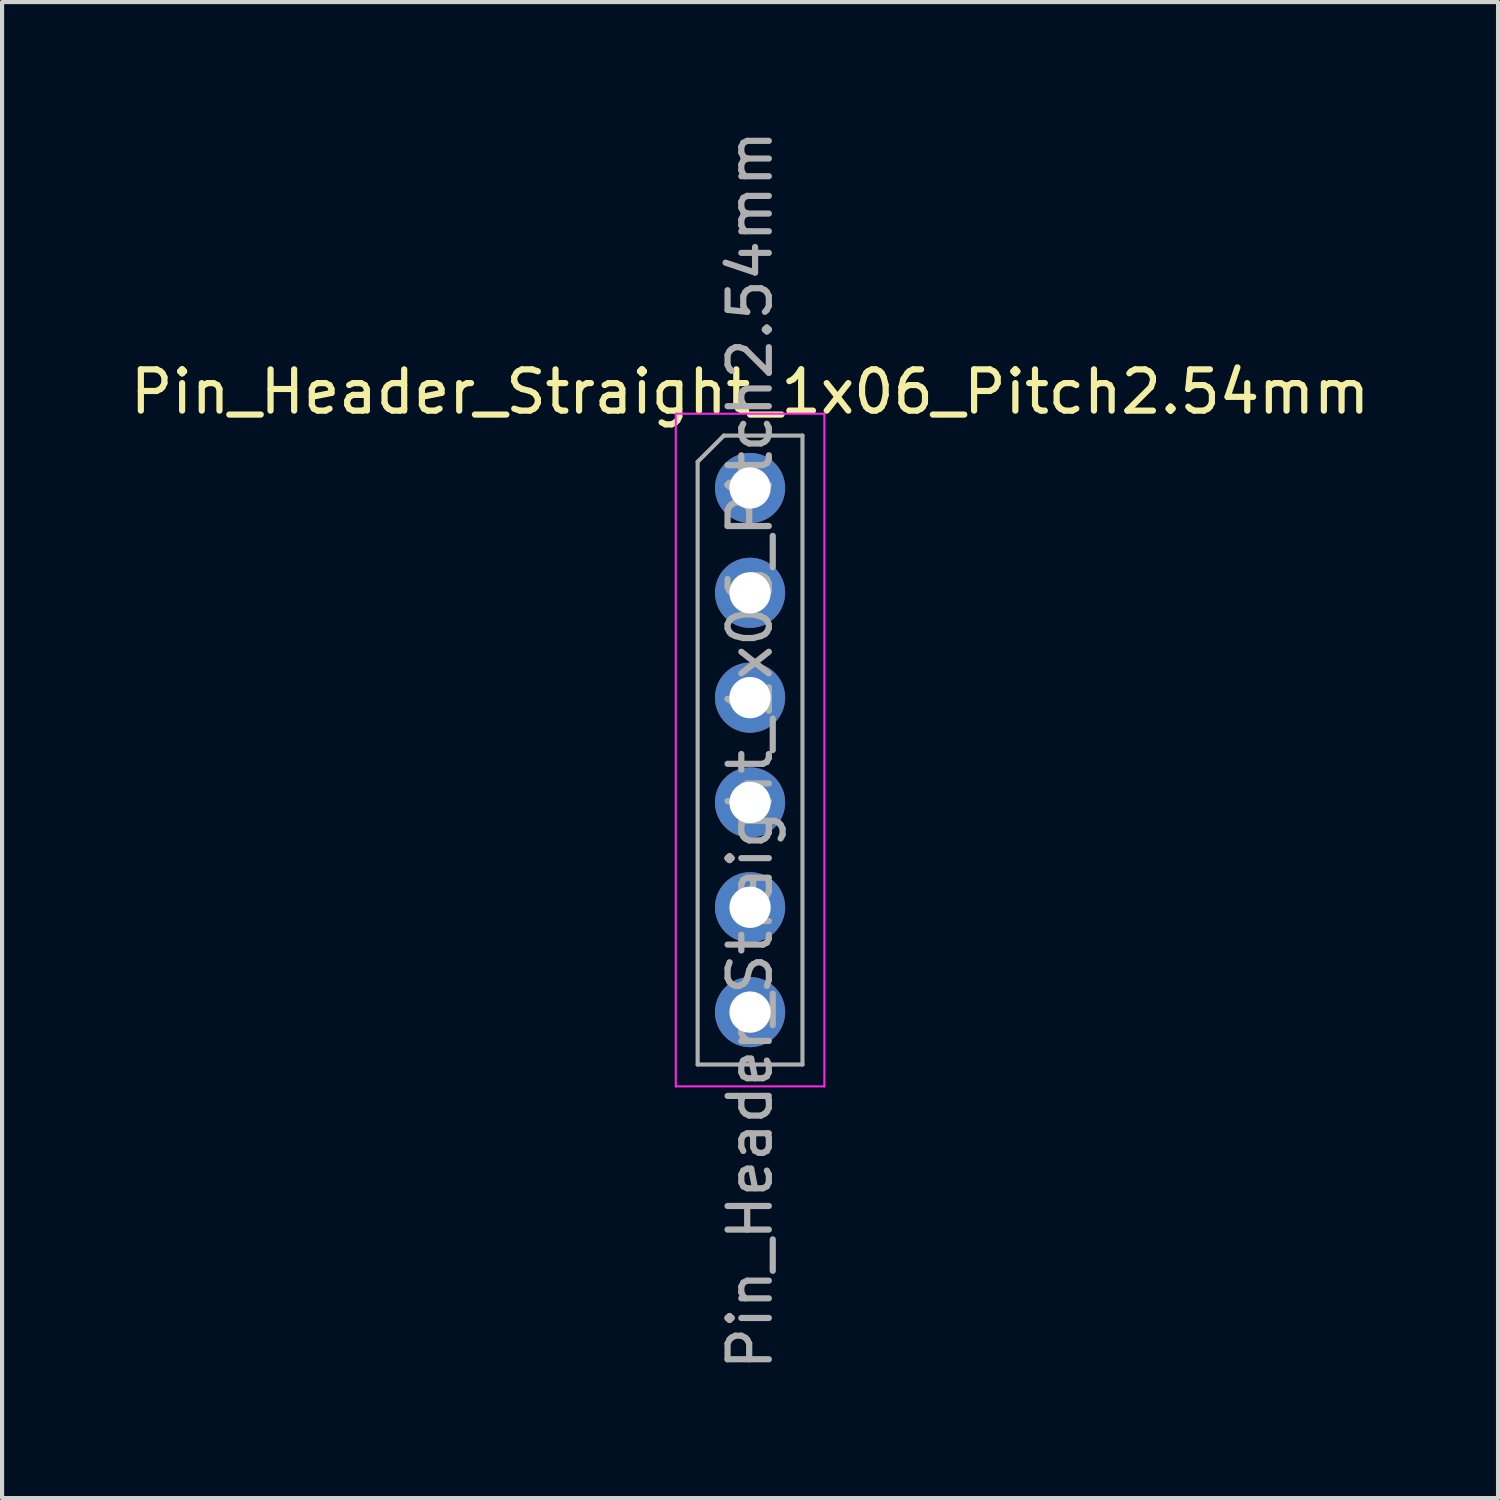
<source format=kicad_pcb>
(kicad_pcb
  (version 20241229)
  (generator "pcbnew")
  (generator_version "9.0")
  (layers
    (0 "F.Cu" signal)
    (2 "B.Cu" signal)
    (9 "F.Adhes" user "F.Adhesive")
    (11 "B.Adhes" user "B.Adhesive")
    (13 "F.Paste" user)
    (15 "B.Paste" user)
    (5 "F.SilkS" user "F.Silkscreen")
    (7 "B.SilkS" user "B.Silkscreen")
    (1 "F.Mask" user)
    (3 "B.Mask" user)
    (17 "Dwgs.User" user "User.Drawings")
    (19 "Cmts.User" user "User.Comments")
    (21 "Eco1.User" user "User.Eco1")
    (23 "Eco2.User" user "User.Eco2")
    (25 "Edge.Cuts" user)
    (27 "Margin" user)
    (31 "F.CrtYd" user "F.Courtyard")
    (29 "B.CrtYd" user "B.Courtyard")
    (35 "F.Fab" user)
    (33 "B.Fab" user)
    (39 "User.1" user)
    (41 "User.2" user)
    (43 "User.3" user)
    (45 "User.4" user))
  (footprint "Pin_Header_Straight_1x06_Pitch2.54mm"
    (layer "F.Cu")
    (at 15.125 8.775)
    (property "Reference" "Pin_Header_Straight_1x06_Pitch2.54mm" (at 0 -2.33 0) (layer "F.SilkS") (effects (font (size 1 1) (thickness 0.15))))
    (attr through_hole)
    (fp_line (start -1.8 -1.8) (end -1.8 14.5) (stroke (width 0.05) (type solid)) (layer "F.CrtYd"))
    (fp_line (start -1.8 14.5) (end 1.8 14.5) (stroke (width 0.05) (type solid)) (layer "F.CrtYd"))
    (fp_line (start 1.8 -1.8) (end -1.8 -1.8) (stroke (width 0.05) (type solid)) (layer "F.CrtYd"))
    (fp_line (start 1.8 14.5) (end 1.8 -1.8) (stroke (width 0.05) (type solid)) (layer "F.CrtYd"))
    (fp_line (start -1.27 -0.635) (end -0.635 -1.27) (stroke (width 0.1) (type solid)) (layer "F.Fab"))
    (fp_line (start -1.27 13.97) (end -1.27 -0.635) (stroke (width 0.1) (type solid)) (layer "F.Fab"))
    (fp_line (start -0.635 -1.27) (end 1.27 -1.27) (stroke (width 0.1) (type solid)) (layer "F.Fab"))
    (fp_line (start 1.27 -1.27) (end 1.27 13.97) (stroke (width 0.1) (type solid)) (layer "F.Fab"))
    (fp_line (start 1.27 13.97) (end -1.27 13.97) (stroke (width 0.1) (type solid)) (layer "F.Fab"))
    (fp_text user "${REFERENCE}" (at 0 6.35 90) (layer "F.Fab") (effects (font (size 1 1) (thickness 0.15))))
    (pad "1" thru_hole oval (at 0 0) (size 1.7 1.7) (drill 1) (layers "*.Cu" "*.Mask"))
    (pad "2" thru_hole oval (at 0 2.54) (size 1.7 1.7) (drill 1) (layers "*.Cu" "*.Mask"))
    (pad "3" thru_hole oval (at 0 5.08) (size 1.7 1.7) (drill 1) (layers "*.Cu" "*.Mask"))
    (pad "4" thru_hole oval (at 0 7.62) (size 1.7 1.7) (drill 1) (layers "*.Cu" "*.Mask"))
    (pad "5" thru_hole oval (at 0 10.16) (size 1.7 1.7) (drill 1) (layers "*.Cu" "*.Mask"))
    (pad "6" thru_hole oval (at 0 12.7) (size 1.7 1.7) (drill 1) (layers "*.Cu" "*.Mask")))
  (gr_rect
    (start -3 -3)
    (end 33.25 33.25)
    (stroke (width 0.1) (type default))
    (fill no)
    (layer "Edge.Cuts")))
</source>
